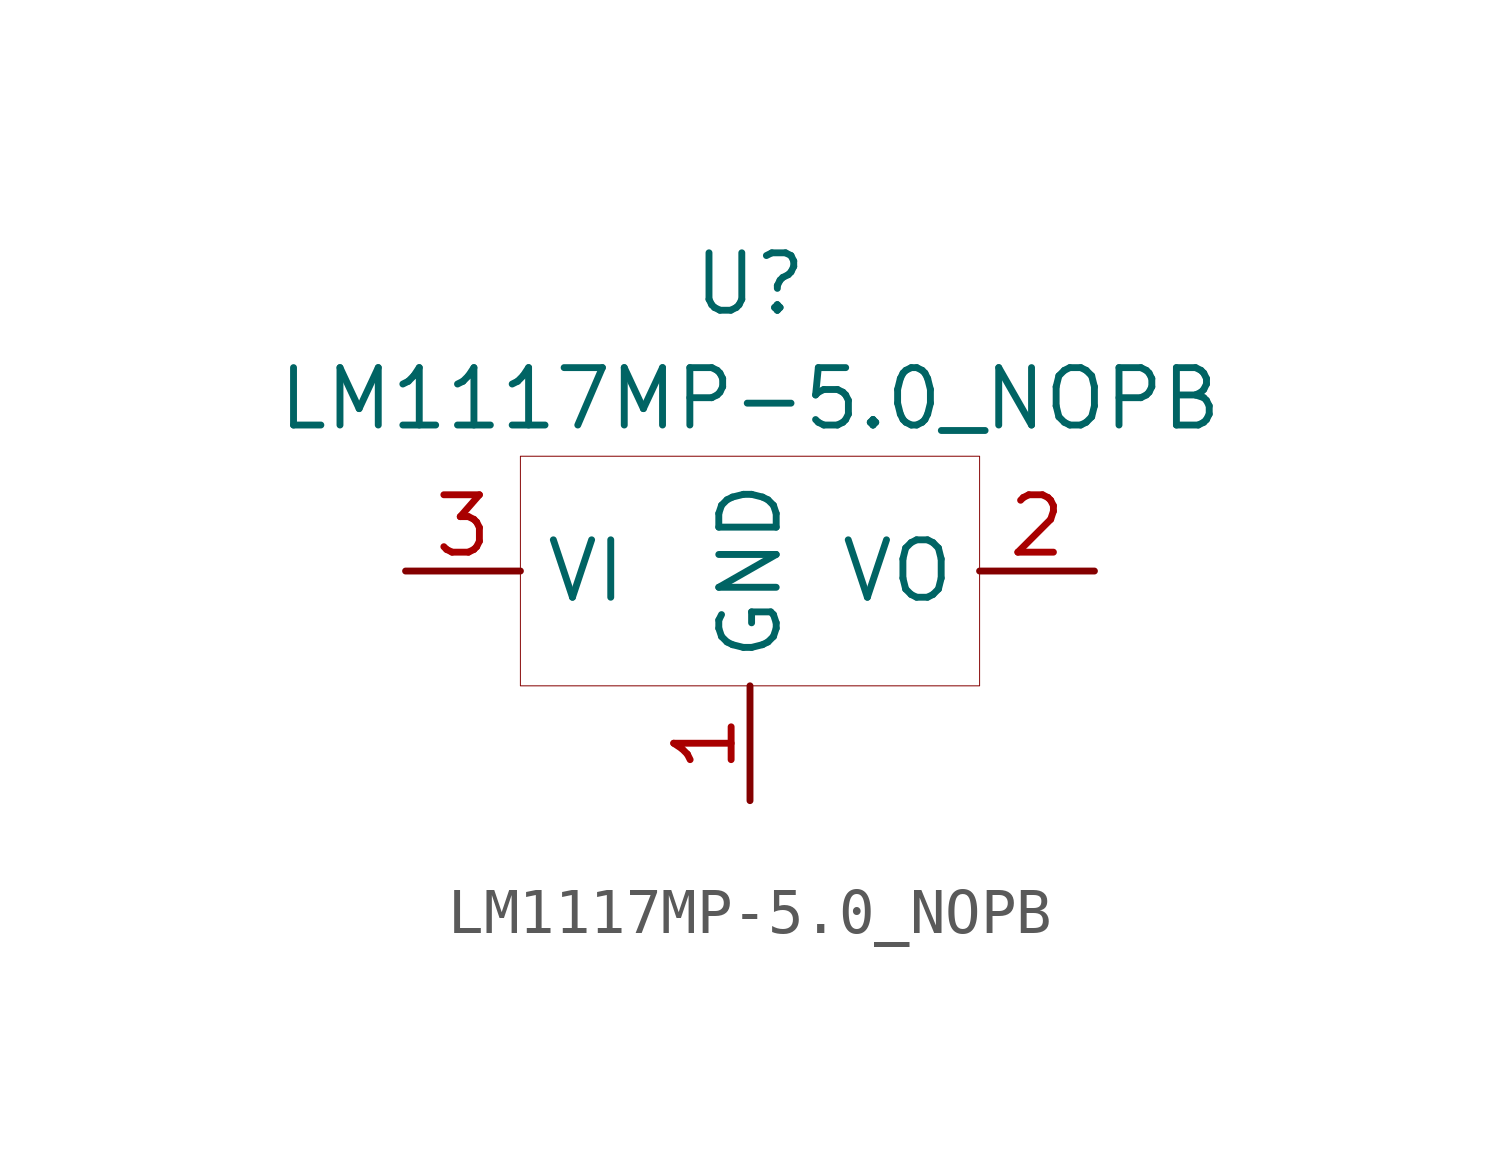
<source format=kicad_sym>
(kicad_symbol_lib
  (version 20201005)
  (generator kicad_symbol_editor)
  (symbol "sc_custom:LM1117MP-5.0_NOPB"
    (property "Reference" "U"
      (at 0 6.35 0)
      (effects (font (size 1.27 1.27))))
    (property "Value" "LM1117MP-5.0_NOPB"
      (at 0 3.81 0)
      (effects (font (size 1.27 1.27))))
    (symbol "LM1117MP-5.0_NOPB_0_1"
      (rectangle (start -5.08 2.54) (end 5.08 -2.54) (stroke (width 0.001)) (fill (type none))))
    (symbol "LM1117MP-5.0_NOPB_1_1"
      (pin power_in line (at -7.62 0 0) (length 2.54) (name "VI" (effects (font (size 1.27 1.27)))) (number "3" (effects (font (size 1.27 1.27)))))
      (pin power_out line (at 7.62 0 180) (length 2.54) (name "VO" (effects (font (size 1.27 1.27)))) (number "2" (effects (font (size 1.27 1.27)))))
      (pin power_out line (at 7.62 0 180) (length 2.54) hide (name "VO" (effects (font (size 1.27 1.27)))) (number "4" (effects (font (size 1.27 1.27)))))
      (pin power_out line (at 0 -5.08 90) (length 2.54) (name "GND" (effects (font (size 1.27 1.27)))) (number "1" (effects (font (size 1.27 1.27))))))))
</source>
